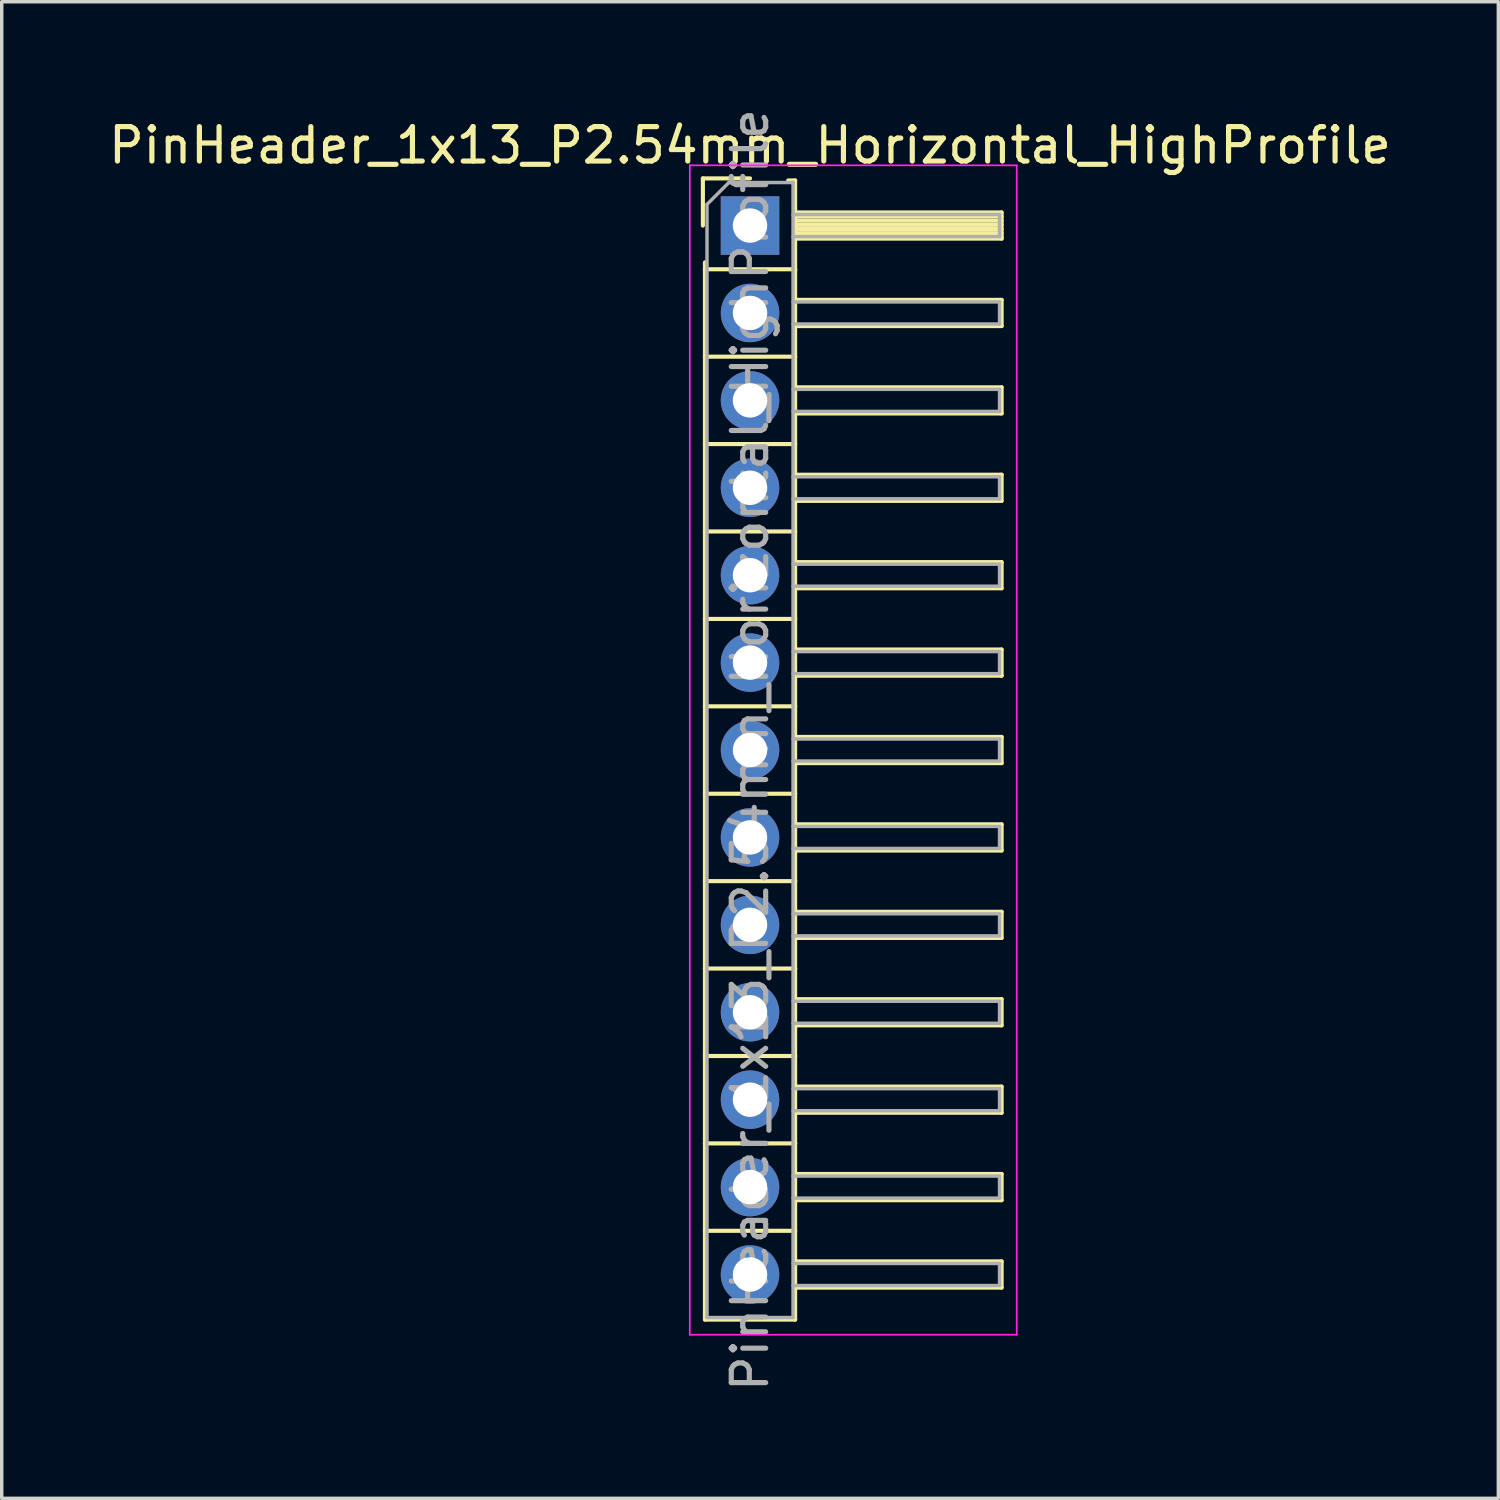
<source format=kicad_pcb>
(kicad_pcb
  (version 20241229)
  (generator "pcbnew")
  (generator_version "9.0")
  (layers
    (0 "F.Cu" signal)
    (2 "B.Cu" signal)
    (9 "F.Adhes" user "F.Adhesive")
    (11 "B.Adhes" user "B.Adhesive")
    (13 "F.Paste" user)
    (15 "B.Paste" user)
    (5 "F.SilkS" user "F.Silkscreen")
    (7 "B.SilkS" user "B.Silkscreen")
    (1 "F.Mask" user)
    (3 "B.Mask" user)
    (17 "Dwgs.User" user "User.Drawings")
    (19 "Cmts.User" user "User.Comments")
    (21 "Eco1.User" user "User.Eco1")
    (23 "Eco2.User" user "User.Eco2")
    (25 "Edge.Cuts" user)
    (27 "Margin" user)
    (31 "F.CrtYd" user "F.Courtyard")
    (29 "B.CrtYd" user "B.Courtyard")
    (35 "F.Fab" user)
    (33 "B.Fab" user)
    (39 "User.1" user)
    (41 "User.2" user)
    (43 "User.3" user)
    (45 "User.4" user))
  (footprint "PinHeader_1x13_P2.54mm_Horizontal_HighProfile"
    (layer "F.Cu")
    (at 18.744 3.504)
    (property "Reference" "PinHeader_1x13_P2.54mm_Horizontal_HighProfile" (at 0 -2.33 0) (layer "F.SilkS") (effects (font (size 1 1) (thickness 0.15))))
    (attr through_hole)
    (fp_line (start -1.37 -1.37) (end -1.37 0) (stroke (width 0.12) (type solid)) (layer "F.SilkS"))
    (fp_line (start -1.37 -1.37) (end 0 -1.37) (stroke (width 0.12) (type solid)) (layer "F.SilkS"))
    (fp_line (start -1.31 1.27) (end -1.31 1.07) (stroke (width 0.12) (type solid)) (layer "F.SilkS"))
    (fp_line (start -1.31 1.27) (end -1.31 3.81) (stroke (width 0.12) (type solid)) (layer "F.SilkS"))
    (fp_line (start -1.31 1.27) (end 1.31 1.27) (stroke (width 0.12) (type solid)) (layer "F.SilkS"))
    (fp_line (start -1.31 3.81) (end -1.31 6.35) (stroke (width 0.12) (type solid)) (layer "F.SilkS"))
    (fp_line (start -1.31 3.81) (end 1.31 3.81) (stroke (width 0.12) (type solid)) (layer "F.SilkS"))
    (fp_line (start -1.31 6.35) (end -1.31 8.89) (stroke (width 0.12) (type solid)) (layer "F.SilkS"))
    (fp_line (start -1.31 6.35) (end 1.31 6.35) (stroke (width 0.12) (type solid)) (layer "F.SilkS"))
    (fp_line (start -1.31 8.89) (end -1.31 11.43) (stroke (width 0.12) (type solid)) (layer "F.SilkS"))
    (fp_line (start -1.31 8.89) (end 1.31 8.89) (stroke (width 0.12) (type solid)) (layer "F.SilkS"))
    (fp_line (start -1.31 11.43) (end -1.31 13.97) (stroke (width 0.12) (type solid)) (layer "F.SilkS"))
    (fp_line (start -1.31 11.43) (end 1.31 11.43) (stroke (width 0.12) (type solid)) (layer "F.SilkS"))
    (fp_line (start -1.31 13.97) (end -1.31 16.51) (stroke (width 0.12) (type solid)) (layer "F.SilkS"))
    (fp_line (start -1.31 13.97) (end 1.31 13.97) (stroke (width 0.12) (type solid)) (layer "F.SilkS"))
    (fp_line (start -1.31 16.51) (end -1.31 19.05) (stroke (width 0.12) (type solid)) (layer "F.SilkS"))
    (fp_line (start -1.31 16.51) (end 1.31 16.51) (stroke (width 0.12) (type solid)) (layer "F.SilkS"))
    (fp_line (start -1.31 19.05) (end -1.31 21.59) (stroke (width 0.12) (type solid)) (layer "F.SilkS"))
    (fp_line (start -1.31 19.05) (end 1.31 19.05) (stroke (width 0.12) (type solid)) (layer "F.SilkS"))
    (fp_line (start -1.31 21.59) (end -1.31 24.13) (stroke (width 0.12) (type solid)) (layer "F.SilkS"))
    (fp_line (start -1.31 21.59) (end 1.31 21.59) (stroke (width 0.12) (type solid)) (layer "F.SilkS"))
    (fp_line (start -1.31 24.13) (end -1.31 26.67) (stroke (width 0.12) (type solid)) (layer "F.SilkS"))
    (fp_line (start -1.31 24.13) (end 1.31 24.13) (stroke (width 0.12) (type solid)) (layer "F.SilkS"))
    (fp_line (start -1.31 26.67) (end -1.31 29.21) (stroke (width 0.12) (type solid)) (layer "F.SilkS"))
    (fp_line (start -1.31 26.67) (end 1.31 26.67) (stroke (width 0.12) (type solid)) (layer "F.SilkS"))
    (fp_line (start -1.31 29.21) (end -1.31 31.79) (stroke (width 0.12) (type solid)) (layer "F.SilkS"))
    (fp_line (start -1.31 29.21) (end 1.31 29.21) (stroke (width 0.12) (type solid)) (layer "F.SilkS"))
    (fp_line (start -1.31 31.79) (end 1.31 31.79) (stroke (width 0.12) (type solid)) (layer "F.SilkS"))
    (fp_line (start 1.11 -1.31) (end 1.31 -1.31) (stroke (width 0.12) (type solid)) (layer "F.SilkS"))
    (fp_line (start 1.31 -1.31) (end 1.31 1.31) (stroke (width 0.12) (type solid)) (layer "F.SilkS"))
    (fp_line (start 1.31 -0.38) (end 7.31 -0.38) (stroke (width 0.12) (type solid)) (layer "F.SilkS"))
    (fp_line (start 1.31 -0.26) (end 7.31 -0.26) (stroke (width 0.12) (type solid)) (layer "F.SilkS"))
    (fp_line (start 1.31 -0.14) (end 7.31 -0.14) (stroke (width 0.12) (type solid)) (layer "F.SilkS"))
    (fp_line (start 1.31 -0.02) (end 7.31 -0.02) (stroke (width 0.12) (type solid)) (layer "F.SilkS"))
    (fp_line (start 1.31 0.1) (end 7.31 0.1) (stroke (width 0.12) (type solid)) (layer "F.SilkS"))
    (fp_line (start 1.31 0.22) (end 7.31 0.22) (stroke (width 0.12) (type solid)) (layer "F.SilkS"))
    (fp_line (start 1.31 0.34) (end 7.31 0.34) (stroke (width 0.12) (type solid)) (layer "F.SilkS"))
    (fp_line (start 1.31 0.38) (end 7.31 0.38) (stroke (width 0.12) (type solid)) (layer "F.SilkS"))
    (fp_line (start 1.31 1.27) (end 1.31 3.81) (stroke (width 0.12) (type solid)) (layer "F.SilkS"))
    (fp_line (start 1.31 2.16) (end 7.31 2.16) (stroke (width 0.12) (type solid)) (layer "F.SilkS"))
    (fp_line (start 1.31 2.92) (end 7.31 2.92) (stroke (width 0.12) (type solid)) (layer "F.SilkS"))
    (fp_line (start 1.31 3.81) (end 1.31 6.35) (stroke (width 0.12) (type solid)) (layer "F.SilkS"))
    (fp_line (start 1.31 4.7) (end 7.31 4.7) (stroke (width 0.12) (type solid)) (layer "F.SilkS"))
    (fp_line (start 1.31 5.46) (end 7.31 5.46) (stroke (width 0.12) (type solid)) (layer "F.SilkS"))
    (fp_line (start 1.31 6.35) (end 1.31 8.89) (stroke (width 0.12) (type solid)) (layer "F.SilkS"))
    (fp_line (start 1.31 7.24) (end 7.31 7.24) (stroke (width 0.12) (type solid)) (layer "F.SilkS"))
    (fp_line (start 1.31 8) (end 7.31 8) (stroke (width 0.12) (type solid)) (layer "F.SilkS"))
    (fp_line (start 1.31 8.89) (end 1.31 11.43) (stroke (width 0.12) (type solid)) (layer "F.SilkS"))
    (fp_line (start 1.31 9.78) (end 7.31 9.78) (stroke (width 0.12) (type solid)) (layer "F.SilkS"))
    (fp_line (start 1.31 10.54) (end 7.31 10.54) (stroke (width 0.12) (type solid)) (layer "F.SilkS"))
    (fp_line (start 1.31 11.43) (end 1.31 13.97) (stroke (width 0.12) (type solid)) (layer "F.SilkS"))
    (fp_line (start 1.31 12.32) (end 7.31 12.32) (stroke (width 0.12) (type solid)) (layer "F.SilkS"))
    (fp_line (start 1.31 13.08) (end 7.31 13.08) (stroke (width 0.12) (type solid)) (layer "F.SilkS"))
    (fp_line (start 1.31 13.97) (end 1.31 16.51) (stroke (width 0.12) (type solid)) (layer "F.SilkS"))
    (fp_line (start 1.31 14.86) (end 7.31 14.86) (stroke (width 0.12) (type solid)) (layer "F.SilkS"))
    (fp_line (start 1.31 15.62) (end 7.31 15.62) (stroke (width 0.12) (type solid)) (layer "F.SilkS"))
    (fp_line (start 1.31 16.51) (end 1.31 19.05) (stroke (width 0.12) (type solid)) (layer "F.SilkS"))
    (fp_line (start 1.31 17.4) (end 7.31 17.4) (stroke (width 0.12) (type solid)) (layer "F.SilkS"))
    (fp_line (start 1.31 18.16) (end 7.31 18.16) (stroke (width 0.12) (type solid)) (layer "F.SilkS"))
    (fp_line (start 1.31 19.05) (end 1.31 21.59) (stroke (width 0.12) (type solid)) (layer "F.SilkS"))
    (fp_line (start 1.31 19.94) (end 7.31 19.94) (stroke (width 0.12) (type solid)) (layer "F.SilkS"))
    (fp_line (start 1.31 20.7) (end 7.31 20.7) (stroke (width 0.12) (type solid)) (layer "F.SilkS"))
    (fp_line (start 1.31 21.59) (end 1.31 24.13) (stroke (width 0.12) (type solid)) (layer "F.SilkS"))
    (fp_line (start 1.31 22.48) (end 7.31 22.48) (stroke (width 0.12) (type solid)) (layer "F.SilkS"))
    (fp_line (start 1.31 23.24) (end 7.31 23.24) (stroke (width 0.12) (type solid)) (layer "F.SilkS"))
    (fp_line (start 1.31 24.13) (end 1.31 26.67) (stroke (width 0.12) (type solid)) (layer "F.SilkS"))
    (fp_line (start 1.31 25.02) (end 7.31 25.02) (stroke (width 0.12) (type solid)) (layer "F.SilkS"))
    (fp_line (start 1.31 25.78) (end 7.31 25.78) (stroke (width 0.12) (type solid)) (layer "F.SilkS"))
    (fp_line (start 1.31 26.67) (end 1.31 29.21) (stroke (width 0.12) (type solid)) (layer "F.SilkS"))
    (fp_line (start 1.31 27.56) (end 7.31 27.56) (stroke (width 0.12) (type solid)) (layer "F.SilkS"))
    (fp_line (start 1.31 28.32) (end 7.31 28.32) (stroke (width 0.12) (type solid)) (layer "F.SilkS"))
    (fp_line (start 1.31 29.21) (end 1.31 31.79) (stroke (width 0.12) (type solid)) (layer "F.SilkS"))
    (fp_line (start 1.31 30.1) (end 7.31 30.1) (stroke (width 0.12) (type solid)) (layer "F.SilkS"))
    (fp_line (start 1.31 30.86) (end 7.31 30.86) (stroke (width 0.12) (type solid)) (layer "F.SilkS"))
    (fp_line (start 7.31 -0.38) (end 7.31 0.38) (stroke (width 0.12) (type solid)) (layer "F.SilkS"))
    (fp_line (start 7.31 2.16) (end 7.31 2.92) (stroke (width 0.12) (type solid)) (layer "F.SilkS"))
    (fp_line (start 7.31 4.7) (end 7.31 5.46) (stroke (width 0.12) (type solid)) (layer "F.SilkS"))
    (fp_line (start 7.31 7.24) (end 7.31 8) (stroke (width 0.12) (type solid)) (layer "F.SilkS"))
    (fp_line (start 7.31 9.78) (end 7.31 10.54) (stroke (width 0.12) (type solid)) (layer "F.SilkS"))
    (fp_line (start 7.31 12.32) (end 7.31 13.08) (stroke (width 0.12) (type solid)) (layer "F.SilkS"))
    (fp_line (start 7.31 14.86) (end 7.31 15.62) (stroke (width 0.12) (type solid)) (layer "F.SilkS"))
    (fp_line (start 7.31 17.4) (end 7.31 18.16) (stroke (width 0.12) (type solid)) (layer "F.SilkS"))
    (fp_line (start 7.31 19.94) (end 7.31 20.7) (stroke (width 0.12) (type solid)) (layer "F.SilkS"))
    (fp_line (start 7.31 22.48) (end 7.31 23.24) (stroke (width 0.12) (type solid)) (layer "F.SilkS"))
    (fp_line (start 7.31 25.02) (end 7.31 25.78) (stroke (width 0.12) (type solid)) (layer "F.SilkS"))
    (fp_line (start 7.31 27.56) (end 7.31 28.32) (stroke (width 0.12) (type solid)) (layer "F.SilkS"))
    (fp_line (start 7.31 30.1) (end 7.31 30.86) (stroke (width 0.12) (type solid)) (layer "F.SilkS"))
    (fp_line (start -1.75 -1.75) (end -1.75 32.23) (stroke (width 0.05) (type solid)) (layer "F.CrtYd"))
    (fp_line (start -1.75 -1.75) (end 7.75 -1.75) (stroke (width 0.05) (type solid)) (layer "F.CrtYd"))
    (fp_line (start -1.75 32.23) (end 7.75 32.23) (stroke (width 0.05) (type solid)) (layer "F.CrtYd"))
    (fp_line (start 7.75 -1.75) (end 7.75 32.23) (stroke (width 0.05) (type solid)) (layer "F.CrtYd"))
    (fp_line (start -1.25 -0.615) (end -1.25 31.73) (stroke (width 0.1) (type solid)) (layer "F.Fab"))
    (fp_line (start -1.25 -0.615) (end -0.615 -1.25) (stroke (width 0.1) (type solid)) (layer "F.Fab"))
    (fp_line (start -1.25 31.73) (end 1.25 31.73) (stroke (width 0.1) (type solid)) (layer "F.Fab"))
    (fp_line (start -0.615 -1.25) (end 1.25 -1.25) (stroke (width 0.1) (type solid)) (layer "F.Fab"))
    (fp_line (start 1.25 -1.25) (end 1.25 31.73) (stroke (width 0.1) (type solid)) (layer "F.Fab"))
    (fp_line (start 1.25 -0.32) (end 7.25 -0.32) (stroke (width 0.1) (type solid)) (layer "F.Fab"))
    (fp_line (start 1.25 0.32) (end 7.25 0.32) (stroke (width 0.1) (type solid)) (layer "F.Fab"))
    (fp_line (start 1.25 2.22) (end 7.25 2.22) (stroke (width 0.1) (type solid)) (layer "F.Fab"))
    (fp_line (start 1.25 2.86) (end 7.25 2.86) (stroke (width 0.1) (type solid)) (layer "F.Fab"))
    (fp_line (start 1.25 4.76) (end 7.25 4.76) (stroke (width 0.1) (type solid)) (layer "F.Fab"))
    (fp_line (start 1.25 5.4) (end 7.25 5.4) (stroke (width 0.1) (type solid)) (layer "F.Fab"))
    (fp_line (start 1.25 7.3) (end 7.25 7.3) (stroke (width 0.1) (type solid)) (layer "F.Fab"))
    (fp_line (start 1.25 7.94) (end 7.25 7.94) (stroke (width 0.1) (type solid)) (layer "F.Fab"))
    (fp_line (start 1.25 9.84) (end 7.25 9.84) (stroke (width 0.1) (type solid)) (layer "F.Fab"))
    (fp_line (start 1.25 10.48) (end 7.25 10.48) (stroke (width 0.1) (type solid)) (layer "F.Fab"))
    (fp_line (start 1.25 12.38) (end 7.25 12.38) (stroke (width 0.1) (type solid)) (layer "F.Fab"))
    (fp_line (start 1.25 13.02) (end 7.25 13.02) (stroke (width 0.1) (type solid)) (layer "F.Fab"))
    (fp_line (start 1.25 14.92) (end 7.25 14.92) (stroke (width 0.1) (type solid)) (layer "F.Fab"))
    (fp_line (start 1.25 15.56) (end 7.25 15.56) (stroke (width 0.1) (type solid)) (layer "F.Fab"))
    (fp_line (start 1.25 17.46) (end 7.25 17.46) (stroke (width 0.1) (type solid)) (layer "F.Fab"))
    (fp_line (start 1.25 18.1) (end 7.25 18.1) (stroke (width 0.1) (type solid)) (layer "F.Fab"))
    (fp_line (start 1.25 20) (end 7.25 20) (stroke (width 0.1) (type solid)) (layer "F.Fab"))
    (fp_line (start 1.25 20.64) (end 7.25 20.64) (stroke (width 0.1) (type solid)) (layer "F.Fab"))
    (fp_line (start 1.25 22.54) (end 7.25 22.54) (stroke (width 0.1) (type solid)) (layer "F.Fab"))
    (fp_line (start 1.25 23.18) (end 7.25 23.18) (stroke (width 0.1) (type solid)) (layer "F.Fab"))
    (fp_line (start 1.25 25.08) (end 7.25 25.08) (stroke (width 0.1) (type solid)) (layer "F.Fab"))
    (fp_line (start 1.25 25.72) (end 7.25 25.72) (stroke (width 0.1) (type solid)) (layer "F.Fab"))
    (fp_line (start 1.25 27.62) (end 7.25 27.62) (stroke (width 0.1) (type solid)) (layer "F.Fab"))
    (fp_line (start 1.25 28.26) (end 7.25 28.26) (stroke (width 0.1) (type solid)) (layer "F.Fab"))
    (fp_line (start 1.25 30.16) (end 7.25 30.16) (stroke (width 0.1) (type solid)) (layer "F.Fab"))
    (fp_line (start 1.25 30.8) (end 7.25 30.8) (stroke (width 0.1) (type solid)) (layer "F.Fab"))
    (fp_line (start 7.25 -0.32) (end 7.25 0.32) (stroke (width 0.1) (type solid)) (layer "F.Fab"))
    (fp_line (start 7.25 2.22) (end 7.25 2.86) (stroke (width 0.1) (type solid)) (layer "F.Fab"))
    (fp_line (start 7.25 4.76) (end 7.25 5.4) (stroke (width 0.1) (type solid)) (layer "F.Fab"))
    (fp_line (start 7.25 7.3) (end 7.25 7.94) (stroke (width 0.1) (type solid)) (layer "F.Fab"))
    (fp_line (start 7.25 9.84) (end 7.25 10.48) (stroke (width 0.1) (type solid)) (layer "F.Fab"))
    (fp_line (start 7.25 12.38) (end 7.25 13.02) (stroke (width 0.1) (type solid)) (layer "F.Fab"))
    (fp_line (start 7.25 14.92) (end 7.25 15.56) (stroke (width 0.1) (type solid)) (layer "F.Fab"))
    (fp_line (start 7.25 17.46) (end 7.25 18.1) (stroke (width 0.1) (type solid)) (layer "F.Fab"))
    (fp_line (start 7.25 20) (end 7.25 20.64) (stroke (width 0.1) (type solid)) (layer "F.Fab"))
    (fp_line (start 7.25 22.54) (end 7.25 23.18) (stroke (width 0.1) (type solid)) (layer "F.Fab"))
    (fp_line (start 7.25 25.08) (end 7.25 25.72) (stroke (width 0.1) (type solid)) (layer "F.Fab"))
    (fp_line (start 7.25 27.62) (end 7.25 28.26) (stroke (width 0.1) (type solid)) (layer "F.Fab"))
    (fp_line (start 7.25 30.16) (end 7.25 30.8) (stroke (width 0.1) (type solid)) (layer "F.Fab"))
    (fp_text user "${REFERENCE}" (at 0 15.24 90) (layer "F.Fab") (effects (font (size 1 1) (thickness 0.15))))
    (pad "1" thru_hole rect (at 0 0) (size 1.7 1.7) (drill 1) (layers "*.Cu" "*.Mask"))
    (pad "2" thru_hole oval (at 0 2.54) (size 1.7 1.7) (drill 1) (layers "*.Cu" "*.Mask"))
    (pad "3" thru_hole oval (at 0 5.08) (size 1.7 1.7) (drill 1) (layers "*.Cu" "*.Mask"))
    (pad "4" thru_hole oval (at 0 7.62) (size 1.7 1.7) (drill 1) (layers "*.Cu" "*.Mask"))
    (pad "5" thru_hole oval (at 0 10.16) (size 1.7 1.7) (drill 1) (layers "*.Cu" "*.Mask"))
    (pad "6" thru_hole oval (at 0 12.7) (size 1.7 1.7) (drill 1) (layers "*.Cu" "*.Mask"))
    (pad "7" thru_hole oval (at 0 15.24) (size 1.7 1.7) (drill 1) (layers "*.Cu" "*.Mask"))
    (pad "8" thru_hole oval (at 0 17.78) (size 1.7 1.7) (drill 1) (layers "*.Cu" "*.Mask"))
    (pad "9" thru_hole oval (at 0 20.32) (size 1.7 1.7) (drill 1) (layers "*.Cu" "*.Mask"))
    (pad "10" thru_hole oval (at 0 22.86) (size 1.7 1.7) (drill 1) (layers "*.Cu" "*.Mask"))
    (pad "11" thru_hole oval (at 0 25.4) (size 1.7 1.7) (drill 1) (layers "*.Cu" "*.Mask"))
    (pad "12" thru_hole oval (at 0 27.94) (size 1.7 1.7) (drill 1) (layers "*.Cu" "*.Mask"))
    (pad "13" thru_hole oval (at 0 30.48) (size 1.7 1.7) (drill 1) (layers "*.Cu" "*.Mask")))
  (gr_rect
    (start -3 -3)
    (end 40.488 40.488)
    (stroke (width 0.1) (type default))
    (fill no)
    (layer "Edge.Cuts")))
</source>
